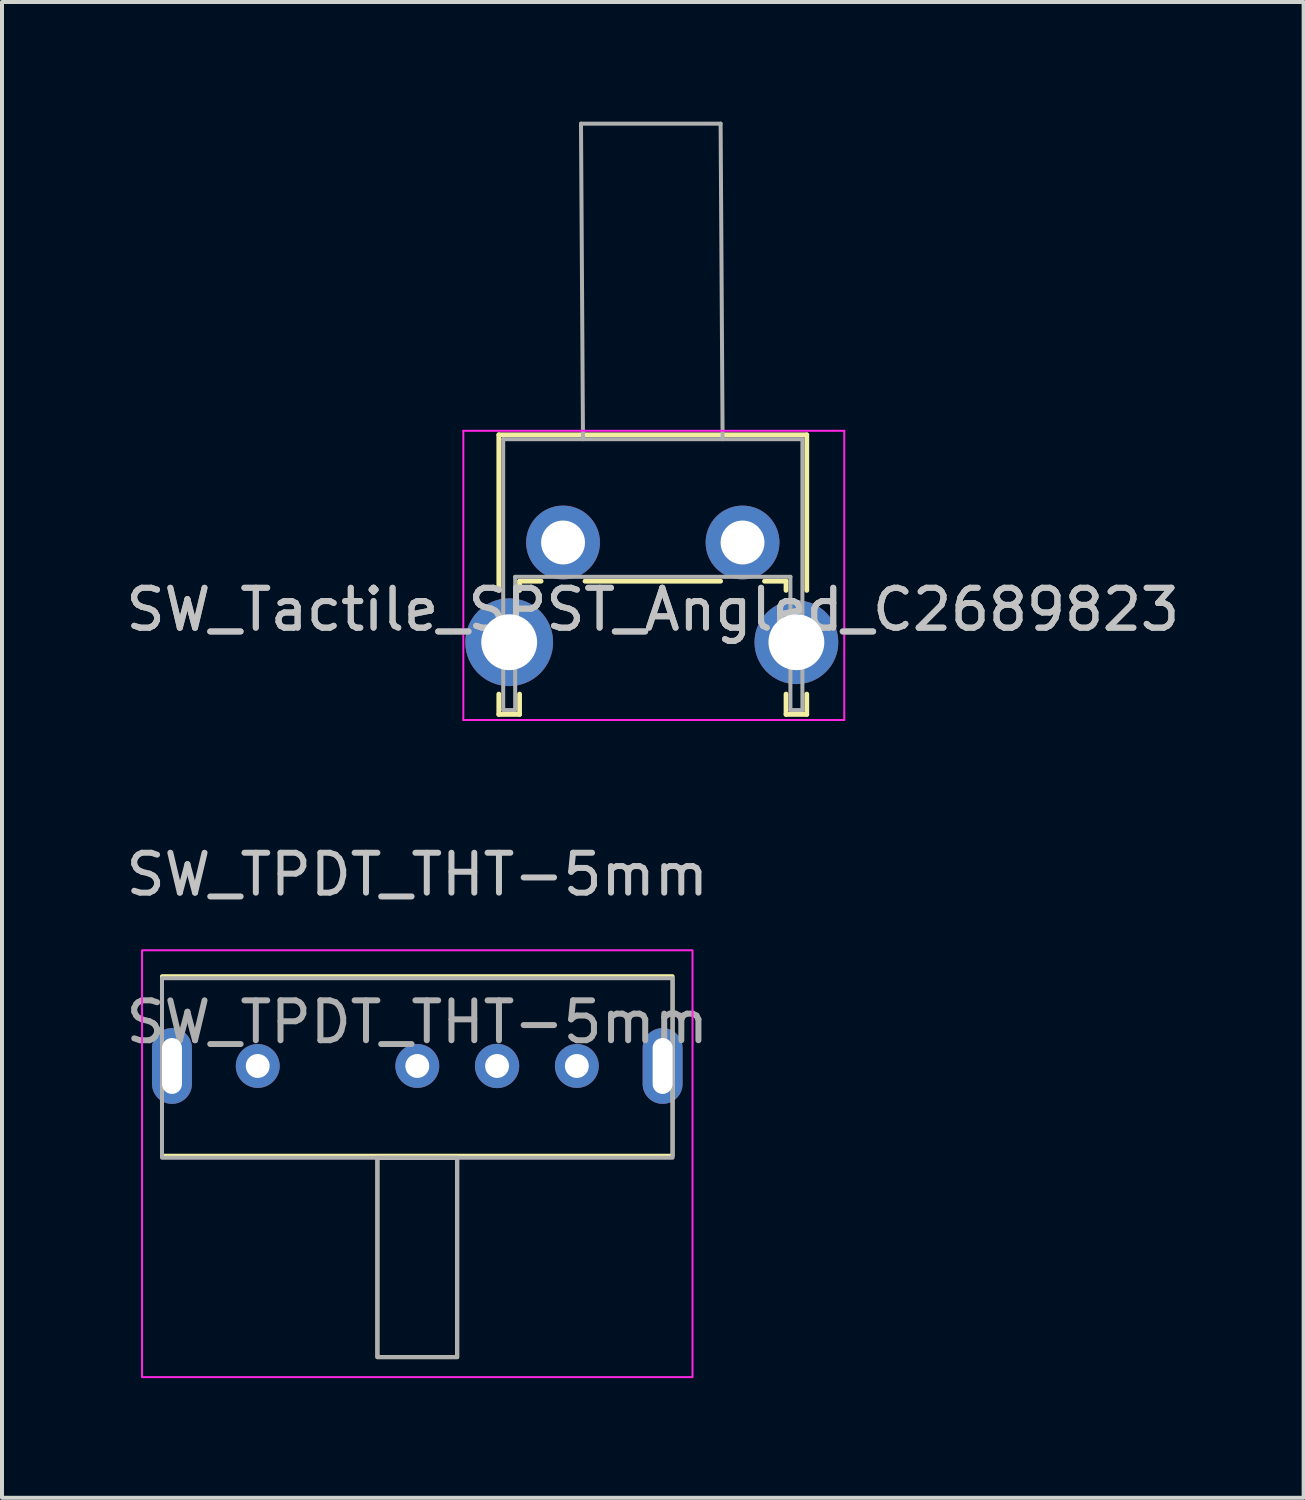
<source format=kicad_pcb>
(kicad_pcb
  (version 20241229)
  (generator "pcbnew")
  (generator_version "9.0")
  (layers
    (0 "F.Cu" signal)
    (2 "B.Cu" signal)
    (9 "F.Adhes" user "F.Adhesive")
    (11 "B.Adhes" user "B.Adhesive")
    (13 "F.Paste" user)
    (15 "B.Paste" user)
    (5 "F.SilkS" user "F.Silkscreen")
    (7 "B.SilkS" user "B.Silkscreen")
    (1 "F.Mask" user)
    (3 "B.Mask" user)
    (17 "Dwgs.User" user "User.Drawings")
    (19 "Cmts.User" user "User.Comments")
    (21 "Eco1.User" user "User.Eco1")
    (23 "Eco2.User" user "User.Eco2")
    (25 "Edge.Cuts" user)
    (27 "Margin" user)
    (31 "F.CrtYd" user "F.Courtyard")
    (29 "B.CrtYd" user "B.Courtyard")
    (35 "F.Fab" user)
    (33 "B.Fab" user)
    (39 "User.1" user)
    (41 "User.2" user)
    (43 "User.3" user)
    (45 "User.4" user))
  (footprint "SW_Tactile_SPST_Angled_C2689823"
    (layer "F.Cu")
    (at 11.065 10.55)
    (property "Reference" "SW_Tactile_SPST_Angled_C2689823" (at 2.25 1.68 180) (layer "Dwgs.User") (effects (font (size 1 1) (thickness 0.15))))
    (attr through_hole)
    (fp_line (start -1.61 -2.7) (end -1.61 1.2) (stroke (width 0.12) (type solid)) (layer "F.SilkS"))
    (fp_line (start -1.61 -2.7) (end 6.11 -2.7) (stroke (width 0.12) (type solid)) (layer "F.SilkS"))
    (fp_line (start -1.61 3.8) (end -1.61 4.31) (stroke (width 0.12) (type solid)) (layer "F.SilkS"))
    (fp_line (start -1.61 4.31) (end -1.09 4.31) (stroke (width 0.12) (type solid)) (layer "F.SilkS"))
    (fp_line (start -1.09 0.97) (end -1.09 1.2) (stroke (width 0.12) (type solid)) (layer "F.SilkS"))
    (fp_line (start -1.09 0.97) (end -0.55 0.97) (stroke (width 0.12) (type solid)) (layer "F.SilkS"))
    (fp_line (start -1.09 3.8) (end -1.09 4.31) (stroke (width 0.12) (type solid)) (layer "F.SilkS"))
    (fp_line (start 0.55 0.97) (end 3.95 0.97) (stroke (width 0.12) (type solid)) (layer "F.SilkS"))
    (fp_line (start 5.05 0.97) (end 5.59 0.97) (stroke (width 0.12) (type solid)) (layer "F.SilkS"))
    (fp_line (start 5.59 0.97) (end 5.59 1.2) (stroke (width 0.12) (type solid)) (layer "F.SilkS"))
    (fp_line (start 5.59 3.8) (end 5.59 4.31) (stroke (width 0.12) (type solid)) (layer "F.SilkS"))
    (fp_line (start 5.59 4.31) (end 6.11 4.31) (stroke (width 0.12) (type solid)) (layer "F.SilkS"))
    (fp_line (start 6.11 -2.7) (end 6.11 1.2) (stroke (width 0.12) (type solid)) (layer "F.SilkS"))
    (fp_line (start 6.11 3.8) (end 6.11 4.31) (stroke (width 0.12) (type solid)) (layer "F.SilkS"))
    (fp_line (start -2.5 -2.8) (end 7.05 -2.8) (stroke (width 0.05) (type solid)) (layer "F.CrtYd"))
    (fp_line (start -2.5 4.45) (end -2.5 -2.8) (stroke (width 0.05) (type solid)) (layer "F.CrtYd"))
    (fp_line (start 7.05 -2.8) (end 7.05 4.45) (stroke (width 0.05) (type solid)) (layer "F.CrtYd"))
    (fp_line (start 7.05 4.45) (end -2.5 4.45) (stroke (width 0.05) (type solid)) (layer "F.CrtYd"))
    (fp_line (start -1.5 -2.59) (end 6 -2.59) (stroke (width 0.1) (type solid)) (layer "F.Fab"))
    (fp_line (start -1.5 4.2) (end -1.5 -2.59) (stroke (width 0.1) (type solid)) (layer "F.Fab"))
    (fp_line (start -1.5 4.2) (end -1.2 4.2) (stroke (width 0.1) (type solid)) (layer "F.Fab"))
    (fp_line (start -1.2 0.86) (end 5.7 0.86) (stroke (width 0.1) (type solid)) (layer "F.Fab"))
    (fp_line (start -1.2 4.2) (end -1.2 0.86) (stroke (width 0.1) (type solid)) (layer "F.Fab"))
    (fp_line (start 0.45 -10.5) (end 0.5 -2.59) (stroke (width 0.1) (type solid)) (layer "F.Fab"))
    (fp_line (start 0.45 -10.5) (end 3.95 -10.5) (stroke (width 0.1) (type solid)) (layer "F.Fab"))
    (fp_line (start 3.95 -10.5) (end 4 -2.59) (stroke (width 0.1) (type solid)) (layer "F.Fab"))
    (fp_line (start 5.7 4.2) (end 5.7 0.86) (stroke (width 0.1) (type solid)) (layer "F.Fab"))
    (fp_line (start 5.7 4.2) (end 6 4.2) (stroke (width 0.1) (type solid)) (layer "F.Fab"))
    (fp_line (start 6 4.2) (end 6 -2.59) (stroke (width 0.1) (type solid)) (layer "F.Fab"))
    (fp_text user "${REFERENCE}" (at 2.25 1.68 180) (layer "F.Fab") (effects (font (size 1 1) (thickness 0.15))))
    (pad "" thru_hole circle (at -1.35 2.5) (size 2.2 2.2) (drill 1.4) (layers "*.Cu" "*.Mask"))
    (pad "" thru_hole circle (at 5.85 2.5) (size 2.1 2.1) (drill 1.4) (layers "*.Cu" "*.Mask"))
    (pad "1" thru_hole circle (at 0 0) (size 1.85 1.85) (drill 1.1) (layers "*.Cu" "*.Mask"))
    (pad "2" thru_hole circle (at 4.5 0) (size 1.85 1.85) (drill 1.1) (layers "*.Cu" "*.Mask")))
  (footprint "SW_TPDT_THT-5mm"
    (layer "F.Cu")
    (at 7.411 23.673)
    (property "Reference" "SW_TPDT_THT-5mm" (at 0 -4.8 0) (layer "Dwgs.User") (effects (font (size 1 1) (thickness 0.15))))
    (attr smd)
    (fp_rect (start -6.4 -2.25) (end 6.4 2.25) (stroke (width 0.1) (type default)) (fill no) (layer "F.SilkS"))
    (fp_rect (start -1 2.3) (end 1 7.3) (stroke (width 0.1) (type default)) (fill no) (layer "F.SilkS"))
    (fp_rect (start -6.9 -2.9) (end 6.9 7.8) (stroke (width 0.05) (type default)) (fill no) (layer "F.CrtYd"))
    (fp_rect (start -6.4 -2.2) (end 6.4 2.3) (stroke (width 0.1) (type default)) (fill no) (layer "F.Fab"))
    (fp_rect (start -1 2.3) (end 1 7.3) (stroke (width 0.1) (type default)) (fill no) (layer "F.Fab"))
    (fp_text user "${REFERENCE}" (at 0 -1.1 0) (layer "F.Fab") (effects (font (size 1 1) (thickness 0.15))))
    (pad "" thru_hole oval (at -6.15 0) (size 1 1.9) (drill oval 0.5 1.4) (layers "*.Cu" "*.Mask"))
    (pad "" thru_hole oval (at 6.15 0) (size 1 1.9) (drill oval 0.5 1.4) (layers "*.Cu" "*.Mask"))
    (pad "1" thru_hole circle (at -4 0) (size 1.1 1.1) (drill 0.6) (layers "*.Cu" "*.Mask"))
    (pad "2" thru_hole circle (at 2 0) (size 1.11 1.11) (drill 0.6) (layers "*.Cu" "*.Mask"))
    (pad "3" thru_hole circle (at 0 0) (size 1.1 1.1) (drill 0.6) (layers "*.Cu" "*.Mask"))
    (pad "4" thru_hole circle (at 4 0) (size 1.1 1.1) (drill 0.6) (layers "*.Cu" "*.Mask")))
  (gr_rect
    (start -3 -3)
    (end 29.631 34.498)
    (stroke (width 0.1) (type default))
    (fill no)
    (layer "Edge.Cuts")))
</source>
